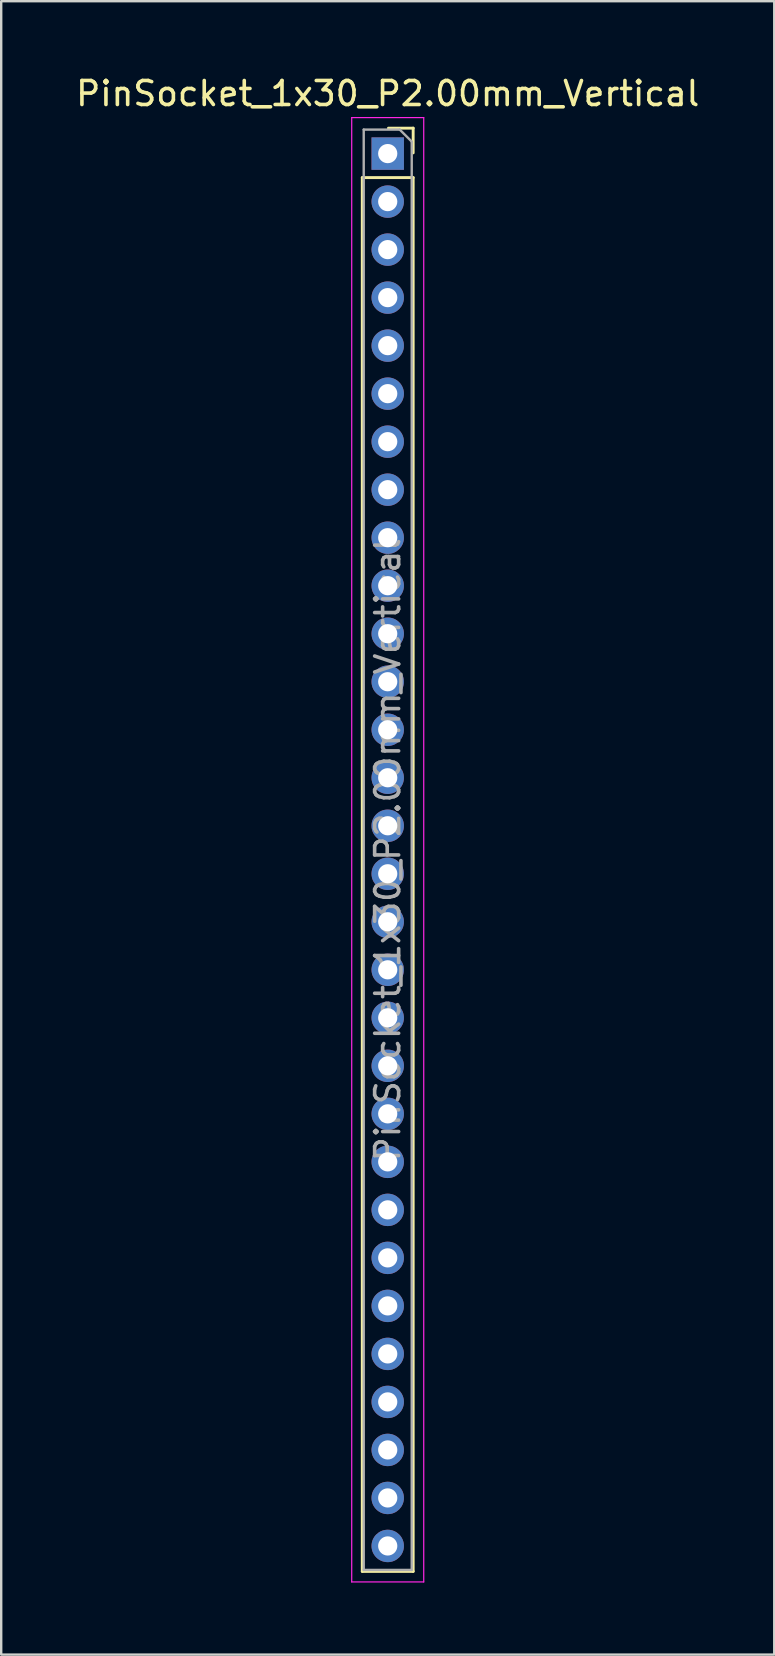
<source format=kicad_pcb>
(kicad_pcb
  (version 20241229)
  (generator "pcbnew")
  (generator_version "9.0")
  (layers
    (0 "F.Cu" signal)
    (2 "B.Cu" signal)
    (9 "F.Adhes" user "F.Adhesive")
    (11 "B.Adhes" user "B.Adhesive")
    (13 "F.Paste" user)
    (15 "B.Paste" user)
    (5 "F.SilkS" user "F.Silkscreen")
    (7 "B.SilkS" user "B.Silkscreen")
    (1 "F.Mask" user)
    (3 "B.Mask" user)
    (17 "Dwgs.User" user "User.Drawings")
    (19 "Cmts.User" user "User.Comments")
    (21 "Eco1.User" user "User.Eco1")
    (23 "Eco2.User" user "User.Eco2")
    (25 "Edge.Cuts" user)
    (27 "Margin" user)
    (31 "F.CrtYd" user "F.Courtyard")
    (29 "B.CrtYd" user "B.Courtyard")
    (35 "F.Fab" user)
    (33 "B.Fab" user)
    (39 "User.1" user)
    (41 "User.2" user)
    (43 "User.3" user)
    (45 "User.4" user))
  (footprint "PinSocket_1x30_P2.00mm_Vertical"
    (layer "F.Cu")
    (at 13.101 3.348)
    (property "Reference" "PinSocket_1x30_P2.00mm_Vertical" (at 0 -2.5 0) (layer "F.SilkS") (effects (font (size 1 1) (thickness 0.15))))
    (attr through_hole)
    (fp_line (start -1.06 1) (end -1.06 59.06) (stroke (width 0.12) (type solid)) (layer "F.SilkS"))
    (fp_line (start -1.06 59.06) (end 1.06 59.06) (stroke (width 0.12) (type solid)) (layer "F.SilkS"))
    (fp_line (start 1.06 -1.06) (end 0.03 -1.06) (stroke (width 0.12) (type solid)) (layer "F.SilkS"))
    (fp_line (start 1.06 -0.03) (end 1.06 -1.06) (stroke (width 0.12) (type solid)) (layer "F.SilkS"))
    (fp_line (start 1.06 1) (end -1.06 1) (stroke (width 0.12) (type solid)) (layer "F.SilkS"))
    (fp_line (start 1.06 59.06) (end 1.06 1) (stroke (width 0.12) (type solid)) (layer "F.SilkS"))
    (fp_line (start -1.5 -1.5) (end 1.5 -1.5) (stroke (width 0.05) (type solid)) (layer "F.CrtYd"))
    (fp_line (start -1.5 59.5) (end -1.5 -1.5) (stroke (width 0.05) (type solid)) (layer "F.CrtYd"))
    (fp_line (start 1.5 -1.5) (end 1.5 59.5) (stroke (width 0.05) (type solid)) (layer "F.CrtYd"))
    (fp_line (start 1.5 59.5) (end -1.5 59.5) (stroke (width 0.05) (type solid)) (layer "F.CrtYd"))
    (fp_line (start -1 -1) (end 0.5 -1) (stroke (width 0.1) (type solid)) (layer "F.Fab"))
    (fp_line (start -1 59) (end -1 -1) (stroke (width 0.1) (type solid)) (layer "F.Fab"))
    (fp_line (start 0.5 -1) (end 1 -0.5) (stroke (width 0.1) (type solid)) (layer "F.Fab"))
    (fp_line (start 1 -0.5) (end 1 59) (stroke (width 0.1) (type solid)) (layer "F.Fab"))
    (fp_line (start 1 59) (end -1 59) (stroke (width 0.1) (type solid)) (layer "F.Fab"))
    (fp_text user "${REFERENCE}" (at 0 29 90) (layer "F.Fab") (effects (font (size 1 1) (thickness 0.15))))
    (pad "1" thru_hole rect (at 0 0) (size 1.35 1.35) (drill 0.8) (layers "*.Cu" "*.Mask"))
    (pad "2" thru_hole oval (at 0 2) (size 1.35 1.35) (drill 0.8) (layers "*.Cu" "*.Mask"))
    (pad "3" thru_hole oval (at 0 4) (size 1.35 1.35) (drill 0.8) (layers "*.Cu" "*.Mask"))
    (pad "4" thru_hole oval (at 0 6) (size 1.35 1.35) (drill 0.8) (layers "*.Cu" "*.Mask"))
    (pad "5" thru_hole oval (at 0 8) (size 1.35 1.35) (drill 0.8) (layers "*.Cu" "*.Mask"))
    (pad "6" thru_hole oval (at 0 10) (size 1.35 1.35) (drill 0.8) (layers "*.Cu" "*.Mask"))
    (pad "7" thru_hole oval (at 0 12) (size 1.35 1.35) (drill 0.8) (layers "*.Cu" "*.Mask"))
    (pad "8" thru_hole oval (at 0 14) (size 1.35 1.35) (drill 0.8) (layers "*.Cu" "*.Mask"))
    (pad "9" thru_hole oval (at 0 16) (size 1.35 1.35) (drill 0.8) (layers "*.Cu" "*.Mask"))
    (pad "10" thru_hole oval (at 0 18) (size 1.35 1.35) (drill 0.8) (layers "*.Cu" "*.Mask"))
    (pad "11" thru_hole oval (at 0 20) (size 1.35 1.35) (drill 0.8) (layers "*.Cu" "*.Mask"))
    (pad "12" thru_hole oval (at 0 22) (size 1.35 1.35) (drill 0.8) (layers "*.Cu" "*.Mask"))
    (pad "13" thru_hole oval (at 0 24) (size 1.35 1.35) (drill 0.8) (layers "*.Cu" "*.Mask"))
    (pad "14" thru_hole oval (at 0 26) (size 1.35 1.35) (drill 0.8) (layers "*.Cu" "*.Mask"))
    (pad "15" thru_hole oval (at 0 28) (size 1.35 1.35) (drill 0.8) (layers "*.Cu" "*.Mask"))
    (pad "16" thru_hole oval (at 0 30) (size 1.35 1.35) (drill 0.8) (layers "*.Cu" "*.Mask"))
    (pad "17" thru_hole oval (at 0 32) (size 1.35 1.35) (drill 0.8) (layers "*.Cu" "*.Mask"))
    (pad "18" thru_hole oval (at 0 34) (size 1.35 1.35) (drill 0.8) (layers "*.Cu" "*.Mask"))
    (pad "19" thru_hole oval (at 0 36) (size 1.35 1.35) (drill 0.8) (layers "*.Cu" "*.Mask"))
    (pad "20" thru_hole oval (at 0 38) (size 1.35 1.35) (drill 0.8) (layers "*.Cu" "*.Mask"))
    (pad "21" thru_hole oval (at 0 40) (size 1.35 1.35) (drill 0.8) (layers "*.Cu" "*.Mask"))
    (pad "22" thru_hole oval (at 0 42) (size 1.35 1.35) (drill 0.8) (layers "*.Cu" "*.Mask"))
    (pad "23" thru_hole oval (at 0 44) (size 1.35 1.35) (drill 0.8) (layers "*.Cu" "*.Mask"))
    (pad "24" thru_hole oval (at 0 46) (size 1.35 1.35) (drill 0.8) (layers "*.Cu" "*.Mask"))
    (pad "25" thru_hole oval (at 0 48) (size 1.35 1.35) (drill 0.8) (layers "*.Cu" "*.Mask"))
    (pad "26" thru_hole oval (at 0 50) (size 1.35 1.35) (drill 0.8) (layers "*.Cu" "*.Mask"))
    (pad "27" thru_hole oval (at 0 52) (size 1.35 1.35) (drill 0.8) (layers "*.Cu" "*.Mask"))
    (pad "28" thru_hole oval (at 0 54) (size 1.35 1.35) (drill 0.8) (layers "*.Cu" "*.Mask"))
    (pad "29" thru_hole oval (at 0 56) (size 1.35 1.35) (drill 0.8) (layers "*.Cu" "*.Mask"))
    (pad "30" thru_hole oval (at 0 58) (size 1.35 1.35) (drill 0.8) (layers "*.Cu" "*.Mask")))
  (gr_rect
    (start -3 -3)
    (end 29.202 65.873)
    (stroke (width 0.1) (type default))
    (fill no)
    (layer "Edge.Cuts")))
</source>
